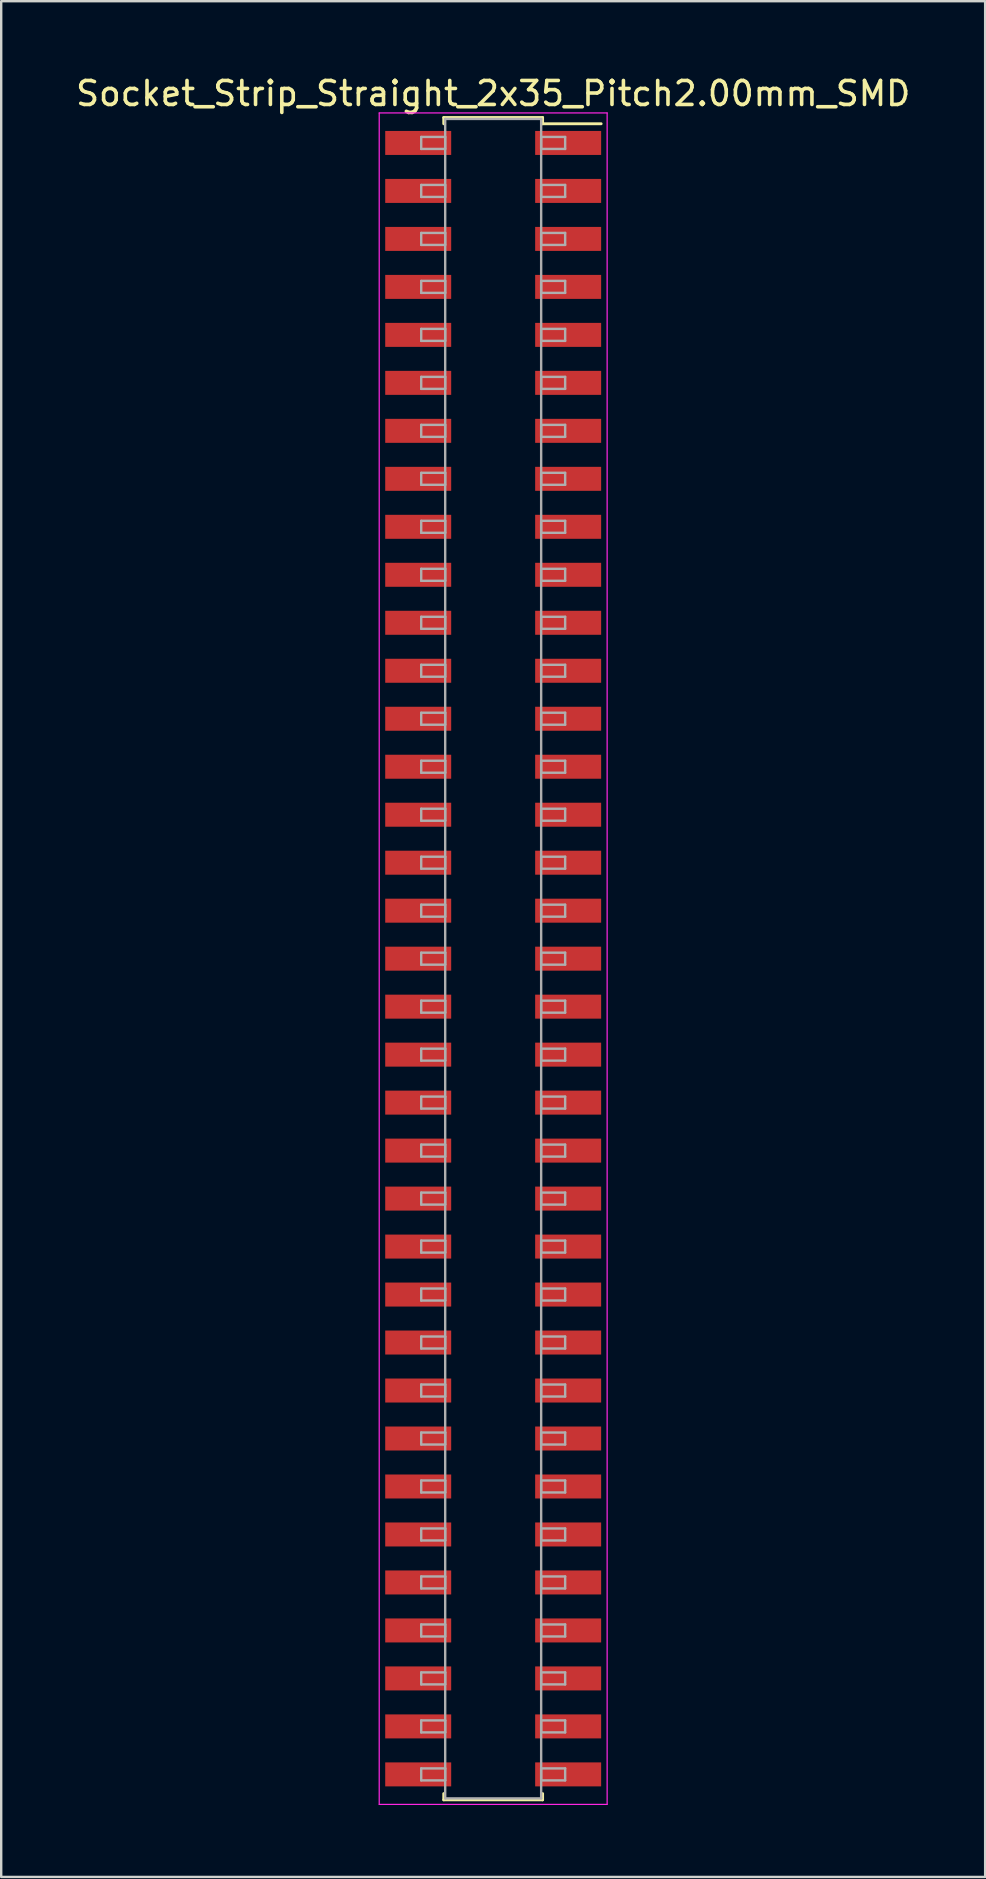
<source format=kicad_pcb>
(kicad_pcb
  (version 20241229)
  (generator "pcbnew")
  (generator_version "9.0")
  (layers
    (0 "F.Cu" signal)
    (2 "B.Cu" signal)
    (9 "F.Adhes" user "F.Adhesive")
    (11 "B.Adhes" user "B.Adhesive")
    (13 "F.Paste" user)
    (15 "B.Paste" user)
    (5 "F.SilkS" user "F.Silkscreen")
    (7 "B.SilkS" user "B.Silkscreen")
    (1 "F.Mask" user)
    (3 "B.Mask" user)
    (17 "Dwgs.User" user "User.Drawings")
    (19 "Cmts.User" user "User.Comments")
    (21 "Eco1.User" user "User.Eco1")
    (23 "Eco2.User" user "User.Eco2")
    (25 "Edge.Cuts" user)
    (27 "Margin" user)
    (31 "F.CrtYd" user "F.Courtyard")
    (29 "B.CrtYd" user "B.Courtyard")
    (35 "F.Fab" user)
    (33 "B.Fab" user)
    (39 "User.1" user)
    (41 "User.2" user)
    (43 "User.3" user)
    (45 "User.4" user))
  (footprint "Socket_Strip_Straight_2x35_Pitch2.00mm_SMD"
    (layer "F.Cu")
    (at 17.506 36.908)
    (property "Reference" "Socket_Strip_Straight_2x35_Pitch2.00mm_SMD" (at 0 -36.06 0) (layer "F.SilkS") (effects (font (size 1 1) (thickness 0.15))))
    (attr smd)
    (fp_line (start -2.06 -35.06) (end 2.06 -35.06) (stroke (width 0.12) (type solid)) (layer "F.SilkS"))
    (fp_line (start -2.06 -34.8) (end -2.06 -35.06) (stroke (width 0.12) (type solid)) (layer "F.SilkS"))
    (fp_line (start -2.06 34.8) (end -2.06 35.06) (stroke (width 0.12) (type solid)) (layer "F.SilkS"))
    (fp_line (start -2.06 35.06) (end 2.06 35.06) (stroke (width 0.12) (type solid)) (layer "F.SilkS"))
    (fp_line (start 2.06 -35.06) (end 2.06 -34.8) (stroke (width 0.12) (type solid)) (layer "F.SilkS"))
    (fp_line (start 2.06 35.06) (end 2.06 34.8) (stroke (width 0.12) (type solid)) (layer "F.SilkS"))
    (fp_line (start 4.5 -34.8) (end 2.06 -34.8) (stroke (width 0.12) (type solid)) (layer "F.SilkS"))
    (fp_line (start -4.75 -35.25) (end -4.75 35.25) (stroke (width 0.05) (type solid)) (layer "F.CrtYd"))
    (fp_line (start -4.75 35.25) (end 4.75 35.25) (stroke (width 0.05) (type solid)) (layer "F.CrtYd"))
    (fp_line (start 4.75 -35.25) (end -4.75 -35.25) (stroke (width 0.05) (type solid)) (layer "F.CrtYd"))
    (fp_line (start 4.75 35.25) (end 4.75 -35.25) (stroke (width 0.05) (type solid)) (layer "F.CrtYd"))
    (fp_line (start -3 -34.25) (end -2 -34.25) (stroke (width 0.1) (type solid)) (layer "F.Fab"))
    (fp_line (start -3 -33.75) (end -3 -34.25) (stroke (width 0.1) (type solid)) (layer "F.Fab"))
    (fp_line (start -3 -32.25) (end -2 -32.25) (stroke (width 0.1) (type solid)) (layer "F.Fab"))
    (fp_line (start -3 -31.75) (end -3 -32.25) (stroke (width 0.1) (type solid)) (layer "F.Fab"))
    (fp_line (start -3 -30.25) (end -2 -30.25) (stroke (width 0.1) (type solid)) (layer "F.Fab"))
    (fp_line (start -3 -29.75) (end -3 -30.25) (stroke (width 0.1) (type solid)) (layer "F.Fab"))
    (fp_line (start -3 -28.25) (end -2 -28.25) (stroke (width 0.1) (type solid)) (layer "F.Fab"))
    (fp_line (start -3 -27.75) (end -3 -28.25) (stroke (width 0.1) (type solid)) (layer "F.Fab"))
    (fp_line (start -3 -26.25) (end -2 -26.25) (stroke (width 0.1) (type solid)) (layer "F.Fab"))
    (fp_line (start -3 -25.75) (end -3 -26.25) (stroke (width 0.1) (type solid)) (layer "F.Fab"))
    (fp_line (start -3 -24.25) (end -2 -24.25) (stroke (width 0.1) (type solid)) (layer "F.Fab"))
    (fp_line (start -3 -23.75) (end -3 -24.25) (stroke (width 0.1) (type solid)) (layer "F.Fab"))
    (fp_line (start -3 -22.25) (end -2 -22.25) (stroke (width 0.1) (type solid)) (layer "F.Fab"))
    (fp_line (start -3 -21.75) (end -3 -22.25) (stroke (width 0.1) (type solid)) (layer "F.Fab"))
    (fp_line (start -3 -20.25) (end -2 -20.25) (stroke (width 0.1) (type solid)) (layer "F.Fab"))
    (fp_line (start -3 -19.75) (end -3 -20.25) (stroke (width 0.1) (type solid)) (layer "F.Fab"))
    (fp_line (start -3 -18.25) (end -2 -18.25) (stroke (width 0.1) (type solid)) (layer "F.Fab"))
    (fp_line (start -3 -17.75) (end -3 -18.25) (stroke (width 0.1) (type solid)) (layer "F.Fab"))
    (fp_line (start -3 -16.25) (end -2 -16.25) (stroke (width 0.1) (type solid)) (layer "F.Fab"))
    (fp_line (start -3 -15.75) (end -3 -16.25) (stroke (width 0.1) (type solid)) (layer "F.Fab"))
    (fp_line (start -3 -14.25) (end -2 -14.25) (stroke (width 0.1) (type solid)) (layer "F.Fab"))
    (fp_line (start -3 -13.75) (end -3 -14.25) (stroke (width 0.1) (type solid)) (layer "F.Fab"))
    (fp_line (start -3 -12.25) (end -2 -12.25) (stroke (width 0.1) (type solid)) (layer "F.Fab"))
    (fp_line (start -3 -11.75) (end -3 -12.25) (stroke (width 0.1) (type solid)) (layer "F.Fab"))
    (fp_line (start -3 -10.25) (end -2 -10.25) (stroke (width 0.1) (type solid)) (layer "F.Fab"))
    (fp_line (start -3 -9.75) (end -3 -10.25) (stroke (width 0.1) (type solid)) (layer "F.Fab"))
    (fp_line (start -3 -8.25) (end -2 -8.25) (stroke (width 0.1) (type solid)) (layer "F.Fab"))
    (fp_line (start -3 -7.75) (end -3 -8.25) (stroke (width 0.1) (type solid)) (layer "F.Fab"))
    (fp_line (start -3 -6.25) (end -2 -6.25) (stroke (width 0.1) (type solid)) (layer "F.Fab"))
    (fp_line (start -3 -5.75) (end -3 -6.25) (stroke (width 0.1) (type solid)) (layer "F.Fab"))
    (fp_line (start -3 -4.25) (end -2 -4.25) (stroke (width 0.1) (type solid)) (layer "F.Fab"))
    (fp_line (start -3 -3.75) (end -3 -4.25) (stroke (width 0.1) (type solid)) (layer "F.Fab"))
    (fp_line (start -3 -2.25) (end -2 -2.25) (stroke (width 0.1) (type solid)) (layer "F.Fab"))
    (fp_line (start -3 -1.75) (end -3 -2.25) (stroke (width 0.1) (type solid)) (layer "F.Fab"))
    (fp_line (start -3 -0.25) (end -2 -0.25) (stroke (width 0.1) (type solid)) (layer "F.Fab"))
    (fp_line (start -3 0.25) (end -3 -0.25) (stroke (width 0.1) (type solid)) (layer "F.Fab"))
    (fp_line (start -3 1.75) (end -2 1.75) (stroke (width 0.1) (type solid)) (layer "F.Fab"))
    (fp_line (start -3 2.25) (end -3 1.75) (stroke (width 0.1) (type solid)) (layer "F.Fab"))
    (fp_line (start -3 3.75) (end -2 3.75) (stroke (width 0.1) (type solid)) (layer "F.Fab"))
    (fp_line (start -3 4.25) (end -3 3.75) (stroke (width 0.1) (type solid)) (layer "F.Fab"))
    (fp_line (start -3 5.75) (end -2 5.75) (stroke (width 0.1) (type solid)) (layer "F.Fab"))
    (fp_line (start -3 6.25) (end -3 5.75) (stroke (width 0.1) (type solid)) (layer "F.Fab"))
    (fp_line (start -3 7.75) (end -2 7.75) (stroke (width 0.1) (type solid)) (layer "F.Fab"))
    (fp_line (start -3 8.25) (end -3 7.75) (stroke (width 0.1) (type solid)) (layer "F.Fab"))
    (fp_line (start -3 9.75) (end -2 9.75) (stroke (width 0.1) (type solid)) (layer "F.Fab"))
    (fp_line (start -3 10.25) (end -3 9.75) (stroke (width 0.1) (type solid)) (layer "F.Fab"))
    (fp_line (start -3 11.75) (end -2 11.75) (stroke (width 0.1) (type solid)) (layer "F.Fab"))
    (fp_line (start -3 12.25) (end -3 11.75) (stroke (width 0.1) (type solid)) (layer "F.Fab"))
    (fp_line (start -3 13.75) (end -2 13.75) (stroke (width 0.1) (type solid)) (layer "F.Fab"))
    (fp_line (start -3 14.25) (end -3 13.75) (stroke (width 0.1) (type solid)) (layer "F.Fab"))
    (fp_line (start -3 15.75) (end -2 15.75) (stroke (width 0.1) (type solid)) (layer "F.Fab"))
    (fp_line (start -3 16.25) (end -3 15.75) (stroke (width 0.1) (type solid)) (layer "F.Fab"))
    (fp_line (start -3 17.75) (end -2 17.75) (stroke (width 0.1) (type solid)) (layer "F.Fab"))
    (fp_line (start -3 18.25) (end -3 17.75) (stroke (width 0.1) (type solid)) (layer "F.Fab"))
    (fp_line (start -3 19.75) (end -2 19.75) (stroke (width 0.1) (type solid)) (layer "F.Fab"))
    (fp_line (start -3 20.25) (end -3 19.75) (stroke (width 0.1) (type solid)) (layer "F.Fab"))
    (fp_line (start -3 21.75) (end -2 21.75) (stroke (width 0.1) (type solid)) (layer "F.Fab"))
    (fp_line (start -3 22.25) (end -3 21.75) (stroke (width 0.1) (type solid)) (layer "F.Fab"))
    (fp_line (start -3 23.75) (end -2 23.75) (stroke (width 0.1) (type solid)) (layer "F.Fab"))
    (fp_line (start -3 24.25) (end -3 23.75) (stroke (width 0.1) (type solid)) (layer "F.Fab"))
    (fp_line (start -3 25.75) (end -2 25.75) (stroke (width 0.1) (type solid)) (layer "F.Fab"))
    (fp_line (start -3 26.25) (end -3 25.75) (stroke (width 0.1) (type solid)) (layer "F.Fab"))
    (fp_line (start -3 27.75) (end -2 27.75) (stroke (width 0.1) (type solid)) (layer "F.Fab"))
    (fp_line (start -3 28.25) (end -3 27.75) (stroke (width 0.1) (type solid)) (layer "F.Fab"))
    (fp_line (start -3 29.75) (end -2 29.75) (stroke (width 0.1) (type solid)) (layer "F.Fab"))
    (fp_line (start -3 30.25) (end -3 29.75) (stroke (width 0.1) (type solid)) (layer "F.Fab"))
    (fp_line (start -3 31.75) (end -2 31.75) (stroke (width 0.1) (type solid)) (layer "F.Fab"))
    (fp_line (start -3 32.25) (end -3 31.75) (stroke (width 0.1) (type solid)) (layer "F.Fab"))
    (fp_line (start -3 33.75) (end -2 33.75) (stroke (width 0.1) (type solid)) (layer "F.Fab"))
    (fp_line (start -3 34.25) (end -3 33.75) (stroke (width 0.1) (type solid)) (layer "F.Fab"))
    (fp_line (start -2 -35) (end -2 35) (stroke (width 0.1) (type solid)) (layer "F.Fab"))
    (fp_line (start -2 -34.25) (end -2 -33.75) (stroke (width 0.1) (type solid)) (layer "F.Fab"))
    (fp_line (start -2 -33.75) (end -3 -33.75) (stroke (width 0.1) (type solid)) (layer "F.Fab"))
    (fp_line (start -2 -32.25) (end -2 -31.75) (stroke (width 0.1) (type solid)) (layer "F.Fab"))
    (fp_line (start -2 -31.75) (end -3 -31.75) (stroke (width 0.1) (type solid)) (layer "F.Fab"))
    (fp_line (start -2 -30.25) (end -2 -29.75) (stroke (width 0.1) (type solid)) (layer "F.Fab"))
    (fp_line (start -2 -29.75) (end -3 -29.75) (stroke (width 0.1) (type solid)) (layer "F.Fab"))
    (fp_line (start -2 -28.25) (end -2 -27.75) (stroke (width 0.1) (type solid)) (layer "F.Fab"))
    (fp_line (start -2 -27.75) (end -3 -27.75) (stroke (width 0.1) (type solid)) (layer "F.Fab"))
    (fp_line (start -2 -26.25) (end -2 -25.75) (stroke (width 0.1) (type solid)) (layer "F.Fab"))
    (fp_line (start -2 -25.75) (end -3 -25.75) (stroke (width 0.1) (type solid)) (layer "F.Fab"))
    (fp_line (start -2 -24.25) (end -2 -23.75) (stroke (width 0.1) (type solid)) (layer "F.Fab"))
    (fp_line (start -2 -23.75) (end -3 -23.75) (stroke (width 0.1) (type solid)) (layer "F.Fab"))
    (fp_line (start -2 -22.25) (end -2 -21.75) (stroke (width 0.1) (type solid)) (layer "F.Fab"))
    (fp_line (start -2 -21.75) (end -3 -21.75) (stroke (width 0.1) (type solid)) (layer "F.Fab"))
    (fp_line (start -2 -20.25) (end -2 -19.75) (stroke (width 0.1) (type solid)) (layer "F.Fab"))
    (fp_line (start -2 -19.75) (end -3 -19.75) (stroke (width 0.1) (type solid)) (layer "F.Fab"))
    (fp_line (start -2 -18.25) (end -2 -17.75) (stroke (width 0.1) (type solid)) (layer "F.Fab"))
    (fp_line (start -2 -17.75) (end -3 -17.75) (stroke (width 0.1) (type solid)) (layer "F.Fab"))
    (fp_line (start -2 -16.25) (end -2 -15.75) (stroke (width 0.1) (type solid)) (layer "F.Fab"))
    (fp_line (start -2 -15.75) (end -3 -15.75) (stroke (width 0.1) (type solid)) (layer "F.Fab"))
    (fp_line (start -2 -14.25) (end -2 -13.75) (stroke (width 0.1) (type solid)) (layer "F.Fab"))
    (fp_line (start -2 -13.75) (end -3 -13.75) (stroke (width 0.1) (type solid)) (layer "F.Fab"))
    (fp_line (start -2 -12.25) (end -2 -11.75) (stroke (width 0.1) (type solid)) (layer "F.Fab"))
    (fp_line (start -2 -11.75) (end -3 -11.75) (stroke (width 0.1) (type solid)) (layer "F.Fab"))
    (fp_line (start -2 -10.25) (end -2 -9.75) (stroke (width 0.1) (type solid)) (layer "F.Fab"))
    (fp_line (start -2 -9.75) (end -3 -9.75) (stroke (width 0.1) (type solid)) (layer "F.Fab"))
    (fp_line (start -2 -8.25) (end -2 -7.75) (stroke (width 0.1) (type solid)) (layer "F.Fab"))
    (fp_line (start -2 -7.75) (end -3 -7.75) (stroke (width 0.1) (type solid)) (layer "F.Fab"))
    (fp_line (start -2 -6.25) (end -2 -5.75) (stroke (width 0.1) (type solid)) (layer "F.Fab"))
    (fp_line (start -2 -5.75) (end -3 -5.75) (stroke (width 0.1) (type solid)) (layer "F.Fab"))
    (fp_line (start -2 -4.25) (end -2 -3.75) (stroke (width 0.1) (type solid)) (layer "F.Fab"))
    (fp_line (start -2 -3.75) (end -3 -3.75) (stroke (width 0.1) (type solid)) (layer "F.Fab"))
    (fp_line (start -2 -2.25) (end -2 -1.75) (stroke (width 0.1) (type solid)) (layer "F.Fab"))
    (fp_line (start -2 -1.75) (end -3 -1.75) (stroke (width 0.1) (type solid)) (layer "F.Fab"))
    (fp_line (start -2 -0.25) (end -2 0.25) (stroke (width 0.1) (type solid)) (layer "F.Fab"))
    (fp_line (start -2 0.25) (end -3 0.25) (stroke (width 0.1) (type solid)) (layer "F.Fab"))
    (fp_line (start -2 1.75) (end -2 2.25) (stroke (width 0.1) (type solid)) (layer "F.Fab"))
    (fp_line (start -2 2.25) (end -3 2.25) (stroke (width 0.1) (type solid)) (layer "F.Fab"))
    (fp_line (start -2 3.75) (end -2 4.25) (stroke (width 0.1) (type solid)) (layer "F.Fab"))
    (fp_line (start -2 4.25) (end -3 4.25) (stroke (width 0.1) (type solid)) (layer "F.Fab"))
    (fp_line (start -2 5.75) (end -2 6.25) (stroke (width 0.1) (type solid)) (layer "F.Fab"))
    (fp_line (start -2 6.25) (end -3 6.25) (stroke (width 0.1) (type solid)) (layer "F.Fab"))
    (fp_line (start -2 7.75) (end -2 8.25) (stroke (width 0.1) (type solid)) (layer "F.Fab"))
    (fp_line (start -2 8.25) (end -3 8.25) (stroke (width 0.1) (type solid)) (layer "F.Fab"))
    (fp_line (start -2 9.75) (end -2 10.25) (stroke (width 0.1) (type solid)) (layer "F.Fab"))
    (fp_line (start -2 10.25) (end -3 10.25) (stroke (width 0.1) (type solid)) (layer "F.Fab"))
    (fp_line (start -2 11.75) (end -2 12.25) (stroke (width 0.1) (type solid)) (layer "F.Fab"))
    (fp_line (start -2 12.25) (end -3 12.25) (stroke (width 0.1) (type solid)) (layer "F.Fab"))
    (fp_line (start -2 13.75) (end -2 14.25) (stroke (width 0.1) (type solid)) (layer "F.Fab"))
    (fp_line (start -2 14.25) (end -3 14.25) (stroke (width 0.1) (type solid)) (layer "F.Fab"))
    (fp_line (start -2 15.75) (end -2 16.25) (stroke (width 0.1) (type solid)) (layer "F.Fab"))
    (fp_line (start -2 16.25) (end -3 16.25) (stroke (width 0.1) (type solid)) (layer "F.Fab"))
    (fp_line (start -2 17.75) (end -2 18.25) (stroke (width 0.1) (type solid)) (layer "F.Fab"))
    (fp_line (start -2 18.25) (end -3 18.25) (stroke (width 0.1) (type solid)) (layer "F.Fab"))
    (fp_line (start -2 19.75) (end -2 20.25) (stroke (width 0.1) (type solid)) (layer "F.Fab"))
    (fp_line (start -2 20.25) (end -3 20.25) (stroke (width 0.1) (type solid)) (layer "F.Fab"))
    (fp_line (start -2 21.75) (end -2 22.25) (stroke (width 0.1) (type solid)) (layer "F.Fab"))
    (fp_line (start -2 22.25) (end -3 22.25) (stroke (width 0.1) (type solid)) (layer "F.Fab"))
    (fp_line (start -2 23.75) (end -2 24.25) (stroke (width 0.1) (type solid)) (layer "F.Fab"))
    (fp_line (start -2 24.25) (end -3 24.25) (stroke (width 0.1) (type solid)) (layer "F.Fab"))
    (fp_line (start -2 25.75) (end -2 26.25) (stroke (width 0.1) (type solid)) (layer "F.Fab"))
    (fp_line (start -2 26.25) (end -3 26.25) (stroke (width 0.1) (type solid)) (layer "F.Fab"))
    (fp_line (start -2 27.75) (end -2 28.25) (stroke (width 0.1) (type solid)) (layer "F.Fab"))
    (fp_line (start -2 28.25) (end -3 28.25) (stroke (width 0.1) (type solid)) (layer "F.Fab"))
    (fp_line (start -2 29.75) (end -2 30.25) (stroke (width 0.1) (type solid)) (layer "F.Fab"))
    (fp_line (start -2 30.25) (end -3 30.25) (stroke (width 0.1) (type solid)) (layer "F.Fab"))
    (fp_line (start -2 31.75) (end -2 32.25) (stroke (width 0.1) (type solid)) (layer "F.Fab"))
    (fp_line (start -2 32.25) (end -3 32.25) (stroke (width 0.1) (type solid)) (layer "F.Fab"))
    (fp_line (start -2 33.75) (end -2 34.25) (stroke (width 0.1) (type solid)) (layer "F.Fab"))
    (fp_line (start -2 34.25) (end -3 34.25) (stroke (width 0.1) (type solid)) (layer "F.Fab"))
    (fp_line (start -2 35) (end 2 35) (stroke (width 0.1) (type solid)) (layer "F.Fab"))
    (fp_line (start 2 -35) (end -2 -35) (stroke (width 0.1) (type solid)) (layer "F.Fab"))
    (fp_line (start 2 -34.25) (end 2 -33.75) (stroke (width 0.1) (type solid)) (layer "F.Fab"))
    (fp_line (start 2 -33.75) (end 3 -33.75) (stroke (width 0.1) (type solid)) (layer "F.Fab"))
    (fp_line (start 2 -32.25) (end 2 -31.75) (stroke (width 0.1) (type solid)) (layer "F.Fab"))
    (fp_line (start 2 -31.75) (end 3 -31.75) (stroke (width 0.1) (type solid)) (layer "F.Fab"))
    (fp_line (start 2 -30.25) (end 2 -29.75) (stroke (width 0.1) (type solid)) (layer "F.Fab"))
    (fp_line (start 2 -29.75) (end 3 -29.75) (stroke (width 0.1) (type solid)) (layer "F.Fab"))
    (fp_line (start 2 -28.25) (end 2 -27.75) (stroke (width 0.1) (type solid)) (layer "F.Fab"))
    (fp_line (start 2 -27.75) (end 3 -27.75) (stroke (width 0.1) (type solid)) (layer "F.Fab"))
    (fp_line (start 2 -26.25) (end 2 -25.75) (stroke (width 0.1) (type solid)) (layer "F.Fab"))
    (fp_line (start 2 -25.75) (end 3 -25.75) (stroke (width 0.1) (type solid)) (layer "F.Fab"))
    (fp_line (start 2 -24.25) (end 2 -23.75) (stroke (width 0.1) (type solid)) (layer "F.Fab"))
    (fp_line (start 2 -23.75) (end 3 -23.75) (stroke (width 0.1) (type solid)) (layer "F.Fab"))
    (fp_line (start 2 -22.25) (end 2 -21.75) (stroke (width 0.1) (type solid)) (layer "F.Fab"))
    (fp_line (start 2 -21.75) (end 3 -21.75) (stroke (width 0.1) (type solid)) (layer "F.Fab"))
    (fp_line (start 2 -20.25) (end 2 -19.75) (stroke (width 0.1) (type solid)) (layer "F.Fab"))
    (fp_line (start 2 -19.75) (end 3 -19.75) (stroke (width 0.1) (type solid)) (layer "F.Fab"))
    (fp_line (start 2 -18.25) (end 2 -17.75) (stroke (width 0.1) (type solid)) (layer "F.Fab"))
    (fp_line (start 2 -17.75) (end 3 -17.75) (stroke (width 0.1) (type solid)) (layer "F.Fab"))
    (fp_line (start 2 -16.25) (end 2 -15.75) (stroke (width 0.1) (type solid)) (layer "F.Fab"))
    (fp_line (start 2 -15.75) (end 3 -15.75) (stroke (width 0.1) (type solid)) (layer "F.Fab"))
    (fp_line (start 2 -14.25) (end 2 -13.75) (stroke (width 0.1) (type solid)) (layer "F.Fab"))
    (fp_line (start 2 -13.75) (end 3 -13.75) (stroke (width 0.1) (type solid)) (layer "F.Fab"))
    (fp_line (start 2 -12.25) (end 2 -11.75) (stroke (width 0.1) (type solid)) (layer "F.Fab"))
    (fp_line (start 2 -11.75) (end 3 -11.75) (stroke (width 0.1) (type solid)) (layer "F.Fab"))
    (fp_line (start 2 -10.25) (end 2 -9.75) (stroke (width 0.1) (type solid)) (layer "F.Fab"))
    (fp_line (start 2 -9.75) (end 3 -9.75) (stroke (width 0.1) (type solid)) (layer "F.Fab"))
    (fp_line (start 2 -8.25) (end 2 -7.75) (stroke (width 0.1) (type solid)) (layer "F.Fab"))
    (fp_line (start 2 -7.75) (end 3 -7.75) (stroke (width 0.1) (type solid)) (layer "F.Fab"))
    (fp_line (start 2 -6.25) (end 2 -5.75) (stroke (width 0.1) (type solid)) (layer "F.Fab"))
    (fp_line (start 2 -5.75) (end 3 -5.75) (stroke (width 0.1) (type solid)) (layer "F.Fab"))
    (fp_line (start 2 -4.25) (end 2 -3.75) (stroke (width 0.1) (type solid)) (layer "F.Fab"))
    (fp_line (start 2 -3.75) (end 3 -3.75) (stroke (width 0.1) (type solid)) (layer "F.Fab"))
    (fp_line (start 2 -2.25) (end 2 -1.75) (stroke (width 0.1) (type solid)) (layer "F.Fab"))
    (fp_line (start 2 -1.75) (end 3 -1.75) (stroke (width 0.1) (type solid)) (layer "F.Fab"))
    (fp_line (start 2 -0.25) (end 2 0.25) (stroke (width 0.1) (type solid)) (layer "F.Fab"))
    (fp_line (start 2 0.25) (end 3 0.25) (stroke (width 0.1) (type solid)) (layer "F.Fab"))
    (fp_line (start 2 1.75) (end 2 2.25) (stroke (width 0.1) (type solid)) (layer "F.Fab"))
    (fp_line (start 2 2.25) (end 3 2.25) (stroke (width 0.1) (type solid)) (layer "F.Fab"))
    (fp_line (start 2 3.75) (end 2 4.25) (stroke (width 0.1) (type solid)) (layer "F.Fab"))
    (fp_line (start 2 4.25) (end 3 4.25) (stroke (width 0.1) (type solid)) (layer "F.Fab"))
    (fp_line (start 2 5.75) (end 2 6.25) (stroke (width 0.1) (type solid)) (layer "F.Fab"))
    (fp_line (start 2 6.25) (end 3 6.25) (stroke (width 0.1) (type solid)) (layer "F.Fab"))
    (fp_line (start 2 7.75) (end 2 8.25) (stroke (width 0.1) (type solid)) (layer "F.Fab"))
    (fp_line (start 2 8.25) (end 3 8.25) (stroke (width 0.1) (type solid)) (layer "F.Fab"))
    (fp_line (start 2 9.75) (end 2 10.25) (stroke (width 0.1) (type solid)) (layer "F.Fab"))
    (fp_line (start 2 10.25) (end 3 10.25) (stroke (width 0.1) (type solid)) (layer "F.Fab"))
    (fp_line (start 2 11.75) (end 2 12.25) (stroke (width 0.1) (type solid)) (layer "F.Fab"))
    (fp_line (start 2 12.25) (end 3 12.25) (stroke (width 0.1) (type solid)) (layer "F.Fab"))
    (fp_line (start 2 13.75) (end 2 14.25) (stroke (width 0.1) (type solid)) (layer "F.Fab"))
    (fp_line (start 2 14.25) (end 3 14.25) (stroke (width 0.1) (type solid)) (layer "F.Fab"))
    (fp_line (start 2 15.75) (end 2 16.25) (stroke (width 0.1) (type solid)) (layer "F.Fab"))
    (fp_line (start 2 16.25) (end 3 16.25) (stroke (width 0.1) (type solid)) (layer "F.Fab"))
    (fp_line (start 2 17.75) (end 2 18.25) (stroke (width 0.1) (type solid)) (layer "F.Fab"))
    (fp_line (start 2 18.25) (end 3 18.25) (stroke (width 0.1) (type solid)) (layer "F.Fab"))
    (fp_line (start 2 19.75) (end 2 20.25) (stroke (width 0.1) (type solid)) (layer "F.Fab"))
    (fp_line (start 2 20.25) (end 3 20.25) (stroke (width 0.1) (type solid)) (layer "F.Fab"))
    (fp_line (start 2 21.75) (end 2 22.25) (stroke (width 0.1) (type solid)) (layer "F.Fab"))
    (fp_line (start 2 22.25) (end 3 22.25) (stroke (width 0.1) (type solid)) (layer "F.Fab"))
    (fp_line (start 2 23.75) (end 2 24.25) (stroke (width 0.1) (type solid)) (layer "F.Fab"))
    (fp_line (start 2 24.25) (end 3 24.25) (stroke (width 0.1) (type solid)) (layer "F.Fab"))
    (fp_line (start 2 25.75) (end 2 26.25) (stroke (width 0.1) (type solid)) (layer "F.Fab"))
    (fp_line (start 2 26.25) (end 3 26.25) (stroke (width 0.1) (type solid)) (layer "F.Fab"))
    (fp_line (start 2 27.75) (end 2 28.25) (stroke (width 0.1) (type solid)) (layer "F.Fab"))
    (fp_line (start 2 28.25) (end 3 28.25) (stroke (width 0.1) (type solid)) (layer "F.Fab"))
    (fp_line (start 2 29.75) (end 2 30.25) (stroke (width 0.1) (type solid)) (layer "F.Fab"))
    (fp_line (start 2 30.25) (end 3 30.25) (stroke (width 0.1) (type solid)) (layer "F.Fab"))
    (fp_line (start 2 31.75) (end 2 32.25) (stroke (width 0.1) (type solid)) (layer "F.Fab"))
    (fp_line (start 2 32.25) (end 3 32.25) (stroke (width 0.1) (type solid)) (layer "F.Fab"))
    (fp_line (start 2 33.75) (end 2 34.25) (stroke (width 0.1) (type solid)) (layer "F.Fab"))
    (fp_line (start 2 34.25) (end 3 34.25) (stroke (width 0.1) (type solid)) (layer "F.Fab"))
    (fp_line (start 2 35) (end 2 -35) (stroke (width 0.1) (type solid)) (layer "F.Fab"))
    (fp_line (start 3 -34.25) (end 2 -34.25) (stroke (width 0.1) (type solid)) (layer "F.Fab"))
    (fp_line (start 3 -33.75) (end 3 -34.25) (stroke (width 0.1) (type solid)) (layer "F.Fab"))
    (fp_line (start 3 -32.25) (end 2 -32.25) (stroke (width 0.1) (type solid)) (layer "F.Fab"))
    (fp_line (start 3 -31.75) (end 3 -32.25) (stroke (width 0.1) (type solid)) (layer "F.Fab"))
    (fp_line (start 3 -30.25) (end 2 -30.25) (stroke (width 0.1) (type solid)) (layer "F.Fab"))
    (fp_line (start 3 -29.75) (end 3 -30.25) (stroke (width 0.1) (type solid)) (layer "F.Fab"))
    (fp_line (start 3 -28.25) (end 2 -28.25) (stroke (width 0.1) (type solid)) (layer "F.Fab"))
    (fp_line (start 3 -27.75) (end 3 -28.25) (stroke (width 0.1) (type solid)) (layer "F.Fab"))
    (fp_line (start 3 -26.25) (end 2 -26.25) (stroke (width 0.1) (type solid)) (layer "F.Fab"))
    (fp_line (start 3 -25.75) (end 3 -26.25) (stroke (width 0.1) (type solid)) (layer "F.Fab"))
    (fp_line (start 3 -24.25) (end 2 -24.25) (stroke (width 0.1) (type solid)) (layer "F.Fab"))
    (fp_line (start 3 -23.75) (end 3 -24.25) (stroke (width 0.1) (type solid)) (layer "F.Fab"))
    (fp_line (start 3 -22.25) (end 2 -22.25) (stroke (width 0.1) (type solid)) (layer "F.Fab"))
    (fp_line (start 3 -21.75) (end 3 -22.25) (stroke (width 0.1) (type solid)) (layer "F.Fab"))
    (fp_line (start 3 -20.25) (end 2 -20.25) (stroke (width 0.1) (type solid)) (layer "F.Fab"))
    (fp_line (start 3 -19.75) (end 3 -20.25) (stroke (width 0.1) (type solid)) (layer "F.Fab"))
    (fp_line (start 3 -18.25) (end 2 -18.25) (stroke (width 0.1) (type solid)) (layer "F.Fab"))
    (fp_line (start 3 -17.75) (end 3 -18.25) (stroke (width 0.1) (type solid)) (layer "F.Fab"))
    (fp_line (start 3 -16.25) (end 2 -16.25) (stroke (width 0.1) (type solid)) (layer "F.Fab"))
    (fp_line (start 3 -15.75) (end 3 -16.25) (stroke (width 0.1) (type solid)) (layer "F.Fab"))
    (fp_line (start 3 -14.25) (end 2 -14.25) (stroke (width 0.1) (type solid)) (layer "F.Fab"))
    (fp_line (start 3 -13.75) (end 3 -14.25) (stroke (width 0.1) (type solid)) (layer "F.Fab"))
    (fp_line (start 3 -12.25) (end 2 -12.25) (stroke (width 0.1) (type solid)) (layer "F.Fab"))
    (fp_line (start 3 -11.75) (end 3 -12.25) (stroke (width 0.1) (type solid)) (layer "F.Fab"))
    (fp_line (start 3 -10.25) (end 2 -10.25) (stroke (width 0.1) (type solid)) (layer "F.Fab"))
    (fp_line (start 3 -9.75) (end 3 -10.25) (stroke (width 0.1) (type solid)) (layer "F.Fab"))
    (fp_line (start 3 -8.25) (end 2 -8.25) (stroke (width 0.1) (type solid)) (layer "F.Fab"))
    (fp_line (start 3 -7.75) (end 3 -8.25) (stroke (width 0.1) (type solid)) (layer "F.Fab"))
    (fp_line (start 3 -6.25) (end 2 -6.25) (stroke (width 0.1) (type solid)) (layer "F.Fab"))
    (fp_line (start 3 -5.75) (end 3 -6.25) (stroke (width 0.1) (type solid)) (layer "F.Fab"))
    (fp_line (start 3 -4.25) (end 2 -4.25) (stroke (width 0.1) (type solid)) (layer "F.Fab"))
    (fp_line (start 3 -3.75) (end 3 -4.25) (stroke (width 0.1) (type solid)) (layer "F.Fab"))
    (fp_line (start 3 -2.25) (end 2 -2.25) (stroke (width 0.1) (type solid)) (layer "F.Fab"))
    (fp_line (start 3 -1.75) (end 3 -2.25) (stroke (width 0.1) (type solid)) (layer "F.Fab"))
    (fp_line (start 3 -0.25) (end 2 -0.25) (stroke (width 0.1) (type solid)) (layer "F.Fab"))
    (fp_line (start 3 0.25) (end 3 -0.25) (stroke (width 0.1) (type solid)) (layer "F.Fab"))
    (fp_line (start 3 1.75) (end 2 1.75) (stroke (width 0.1) (type solid)) (layer "F.Fab"))
    (fp_line (start 3 2.25) (end 3 1.75) (stroke (width 0.1) (type solid)) (layer "F.Fab"))
    (fp_line (start 3 3.75) (end 2 3.75) (stroke (width 0.1) (type solid)) (layer "F.Fab"))
    (fp_line (start 3 4.25) (end 3 3.75) (stroke (width 0.1) (type solid)) (layer "F.Fab"))
    (fp_line (start 3 5.75) (end 2 5.75) (stroke (width 0.1) (type solid)) (layer "F.Fab"))
    (fp_line (start 3 6.25) (end 3 5.75) (stroke (width 0.1) (type solid)) (layer "F.Fab"))
    (fp_line (start 3 7.75) (end 2 7.75) (stroke (width 0.1) (type solid)) (layer "F.Fab"))
    (fp_line (start 3 8.25) (end 3 7.75) (stroke (width 0.1) (type solid)) (layer "F.Fab"))
    (fp_line (start 3 9.75) (end 2 9.75) (stroke (width 0.1) (type solid)) (layer "F.Fab"))
    (fp_line (start 3 10.25) (end 3 9.75) (stroke (width 0.1) (type solid)) (layer "F.Fab"))
    (fp_line (start 3 11.75) (end 2 11.75) (stroke (width 0.1) (type solid)) (layer "F.Fab"))
    (fp_line (start 3 12.25) (end 3 11.75) (stroke (width 0.1) (type solid)) (layer "F.Fab"))
    (fp_line (start 3 13.75) (end 2 13.75) (stroke (width 0.1) (type solid)) (layer "F.Fab"))
    (fp_line (start 3 14.25) (end 3 13.75) (stroke (width 0.1) (type solid)) (layer "F.Fab"))
    (fp_line (start 3 15.75) (end 2 15.75) (stroke (width 0.1) (type solid)) (layer "F.Fab"))
    (fp_line (start 3 16.25) (end 3 15.75) (stroke (width 0.1) (type solid)) (layer "F.Fab"))
    (fp_line (start 3 17.75) (end 2 17.75) (stroke (width 0.1) (type solid)) (layer "F.Fab"))
    (fp_line (start 3 18.25) (end 3 17.75) (stroke (width 0.1) (type solid)) (layer "F.Fab"))
    (fp_line (start 3 19.75) (end 2 19.75) (stroke (width 0.1) (type solid)) (layer "F.Fab"))
    (fp_line (start 3 20.25) (end 3 19.75) (stroke (width 0.1) (type solid)) (layer "F.Fab"))
    (fp_line (start 3 21.75) (end 2 21.75) (stroke (width 0.1) (type solid)) (layer "F.Fab"))
    (fp_line (start 3 22.25) (end 3 21.75) (stroke (width 0.1) (type solid)) (layer "F.Fab"))
    (fp_line (start 3 23.75) (end 2 23.75) (stroke (width 0.1) (type solid)) (layer "F.Fab"))
    (fp_line (start 3 24.25) (end 3 23.75) (stroke (width 0.1) (type solid)) (layer "F.Fab"))
    (fp_line (start 3 25.75) (end 2 25.75) (stroke (width 0.1) (type solid)) (layer "F.Fab"))
    (fp_line (start 3 26.25) (end 3 25.75) (stroke (width 0.1) (type solid)) (layer "F.Fab"))
    (fp_line (start 3 27.75) (end 2 27.75) (stroke (width 0.1) (type solid)) (layer "F.Fab"))
    (fp_line (start 3 28.25) (end 3 27.75) (stroke (width 0.1) (type solid)) (layer "F.Fab"))
    (fp_line (start 3 29.75) (end 2 29.75) (stroke (width 0.1) (type solid)) (layer "F.Fab"))
    (fp_line (start 3 30.25) (end 3 29.75) (stroke (width 0.1) (type solid)) (layer "F.Fab"))
    (fp_line (start 3 31.75) (end 2 31.75) (stroke (width 0.1) (type solid)) (layer "F.Fab"))
    (fp_line (start 3 32.25) (end 3 31.75) (stroke (width 0.1) (type solid)) (layer "F.Fab"))
    (fp_line (start 3 33.75) (end 2 33.75) (stroke (width 0.1) (type solid)) (layer "F.Fab"))
    (fp_line (start 3 34.25) (end 3 33.75) (stroke (width 0.1) (type solid)) (layer "F.Fab"))
    (pad "1" smd rect (at 3.125 -34) (size 2.75 1) (layers "F.Cu" "F.Mask"))
    (pad "2" smd rect (at -3.125 -34) (size 2.75 1) (layers "F.Cu" "F.Mask"))
    (pad "3" smd rect (at 3.125 -32) (size 2.75 1) (layers "F.Cu" "F.Mask"))
    (pad "4" smd rect (at -3.125 -32) (size 2.75 1) (layers "F.Cu" "F.Mask"))
    (pad "5" smd rect (at 3.125 -30) (size 2.75 1) (layers "F.Cu" "F.Mask"))
    (pad "6" smd rect (at -3.125 -30) (size 2.75 1) (layers "F.Cu" "F.Mask"))
    (pad "7" smd rect (at 3.125 -28) (size 2.75 1) (layers "F.Cu" "F.Mask"))
    (pad "8" smd rect (at -3.125 -28) (size 2.75 1) (layers "F.Cu" "F.Mask"))
    (pad "9" smd rect (at 3.125 -26) (size 2.75 1) (layers "F.Cu" "F.Mask"))
    (pad "10" smd rect (at -3.125 -26) (size 2.75 1) (layers "F.Cu" "F.Mask"))
    (pad "11" smd rect (at 3.125 -24) (size 2.75 1) (layers "F.Cu" "F.Mask"))
    (pad "12" smd rect (at -3.125 -24) (size 2.75 1) (layers "F.Cu" "F.Mask"))
    (pad "13" smd rect (at 3.125 -22) (size 2.75 1) (layers "F.Cu" "F.Mask"))
    (pad "14" smd rect (at -3.125 -22) (size 2.75 1) (layers "F.Cu" "F.Mask"))
    (pad "15" smd rect (at 3.125 -20) (size 2.75 1) (layers "F.Cu" "F.Mask"))
    (pad "16" smd rect (at -3.125 -20) (size 2.75 1) (layers "F.Cu" "F.Mask"))
    (pad "17" smd rect (at 3.125 -18) (size 2.75 1) (layers "F.Cu" "F.Mask"))
    (pad "18" smd rect (at -3.125 -18) (size 2.75 1) (layers "F.Cu" "F.Mask"))
    (pad "19" smd rect (at 3.125 -16) (size 2.75 1) (layers "F.Cu" "F.Mask"))
    (pad "20" smd rect (at -3.125 -16) (size 2.75 1) (layers "F.Cu" "F.Mask"))
    (pad "21" smd rect (at 3.125 -14) (size 2.75 1) (layers "F.Cu" "F.Mask"))
    (pad "22" smd rect (at -3.125 -14) (size 2.75 1) (layers "F.Cu" "F.Mask"))
    (pad "23" smd rect (at 3.125 -12) (size 2.75 1) (layers "F.Cu" "F.Mask"))
    (pad "24" smd rect (at -3.125 -12) (size 2.75 1) (layers "F.Cu" "F.Mask"))
    (pad "25" smd rect (at 3.125 -10) (size 2.75 1) (layers "F.Cu" "F.Mask"))
    (pad "26" smd rect (at -3.125 -10) (size 2.75 1) (layers "F.Cu" "F.Mask"))
    (pad "27" smd rect (at 3.125 -8) (size 2.75 1) (layers "F.Cu" "F.Mask"))
    (pad "28" smd rect (at -3.125 -8) (size 2.75 1) (layers "F.Cu" "F.Mask"))
    (pad "29" smd rect (at 3.125 -6) (size 2.75 1) (layers "F.Cu" "F.Mask"))
    (pad "30" smd rect (at -3.125 -6) (size 2.75 1) (layers "F.Cu" "F.Mask"))
    (pad "31" smd rect (at 3.125 -4) (size 2.75 1) (layers "F.Cu" "F.Mask"))
    (pad "32" smd rect (at -3.125 -4) (size 2.75 1) (layers "F.Cu" "F.Mask"))
    (pad "33" smd rect (at 3.125 -2) (size 2.75 1) (layers "F.Cu" "F.Mask"))
    (pad "34" smd rect (at -3.125 -2) (size 2.75 1) (layers "F.Cu" "F.Mask"))
    (pad "35" smd rect (at 3.125 0) (size 2.75 1) (layers "F.Cu" "F.Mask"))
    (pad "36" smd rect (at -3.125 0) (size 2.75 1) (layers "F.Cu" "F.Mask"))
    (pad "37" smd rect (at 3.125 2) (size 2.75 1) (layers "F.Cu" "F.Mask"))
    (pad "38" smd rect (at -3.125 2) (size 2.75 1) (layers "F.Cu" "F.Mask"))
    (pad "39" smd rect (at 3.125 4) (size 2.75 1) (layers "F.Cu" "F.Mask"))
    (pad "40" smd rect (at -3.125 4) (size 2.75 1) (layers "F.Cu" "F.Mask"))
    (pad "41" smd rect (at 3.125 6) (size 2.75 1) (layers "F.Cu" "F.Mask"))
    (pad "42" smd rect (at -3.125 6) (size 2.75 1) (layers "F.Cu" "F.Mask"))
    (pad "43" smd rect (at 3.125 8) (size 2.75 1) (layers "F.Cu" "F.Mask"))
    (pad "44" smd rect (at -3.125 8) (size 2.75 1) (layers "F.Cu" "F.Mask"))
    (pad "45" smd rect (at 3.125 10) (size 2.75 1) (layers "F.Cu" "F.Mask"))
    (pad "46" smd rect (at -3.125 10) (size 2.75 1) (layers "F.Cu" "F.Mask"))
    (pad "47" smd rect (at 3.125 12) (size 2.75 1) (layers "F.Cu" "F.Mask"))
    (pad "48" smd rect (at -3.125 12) (size 2.75 1) (layers "F.Cu" "F.Mask"))
    (pad "49" smd rect (at 3.125 14) (size 2.75 1) (layers "F.Cu" "F.Mask"))
    (pad "50" smd rect (at -3.125 14) (size 2.75 1) (layers "F.Cu" "F.Mask"))
    (pad "51" smd rect (at 3.125 16) (size 2.75 1) (layers "F.Cu" "F.Mask"))
    (pad "52" smd rect (at -3.125 16) (size 2.75 1) (layers "F.Cu" "F.Mask"))
    (pad "53" smd rect (at 3.125 18) (size 2.75 1) (layers "F.Cu" "F.Mask"))
    (pad "54" smd rect (at -3.125 18) (size 2.75 1) (layers "F.Cu" "F.Mask"))
    (pad "55" smd rect (at 3.125 20) (size 2.75 1) (layers "F.Cu" "F.Mask"))
    (pad "56" smd rect (at -3.125 20) (size 2.75 1) (layers "F.Cu" "F.Mask"))
    (pad "57" smd rect (at 3.125 22) (size 2.75 1) (layers "F.Cu" "F.Mask"))
    (pad "58" smd rect (at -3.125 22) (size 2.75 1) (layers "F.Cu" "F.Mask"))
    (pad "59" smd rect (at 3.125 24) (size 2.75 1) (layers "F.Cu" "F.Mask"))
    (pad "60" smd rect (at -3.125 24) (size 2.75 1) (layers "F.Cu" "F.Mask"))
    (pad "61" smd rect (at 3.125 26) (size 2.75 1) (layers "F.Cu" "F.Mask"))
    (pad "62" smd rect (at -3.125 26) (size 2.75 1) (layers "F.Cu" "F.Mask"))
    (pad "63" smd rect (at 3.125 28) (size 2.75 1) (layers "F.Cu" "F.Mask"))
    (pad "64" smd rect (at -3.125 28) (size 2.75 1) (layers "F.Cu" "F.Mask"))
    (pad "65" smd rect (at 3.125 30) (size 2.75 1) (layers "F.Cu" "F.Mask"))
    (pad "66" smd rect (at -3.125 30) (size 2.75 1) (layers "F.Cu" "F.Mask"))
    (pad "67" smd rect (at 3.125 32) (size 2.75 1) (layers "F.Cu" "F.Mask"))
    (pad "68" smd rect (at -3.125 32) (size 2.75 1) (layers "F.Cu" "F.Mask"))
    (pad "69" smd rect (at 3.125 34) (size 2.75 1) (layers "F.Cu" "F.Mask"))
    (pad "70" smd rect (at -3.125 34) (size 2.75 1) (layers "F.Cu" "F.Mask")))
  (gr_rect
    (start -3 -3)
    (end 38.012 75.183)
    (stroke (width 0.1) (type default))
    (fill no)
    (layer "Edge.Cuts")))
</source>
